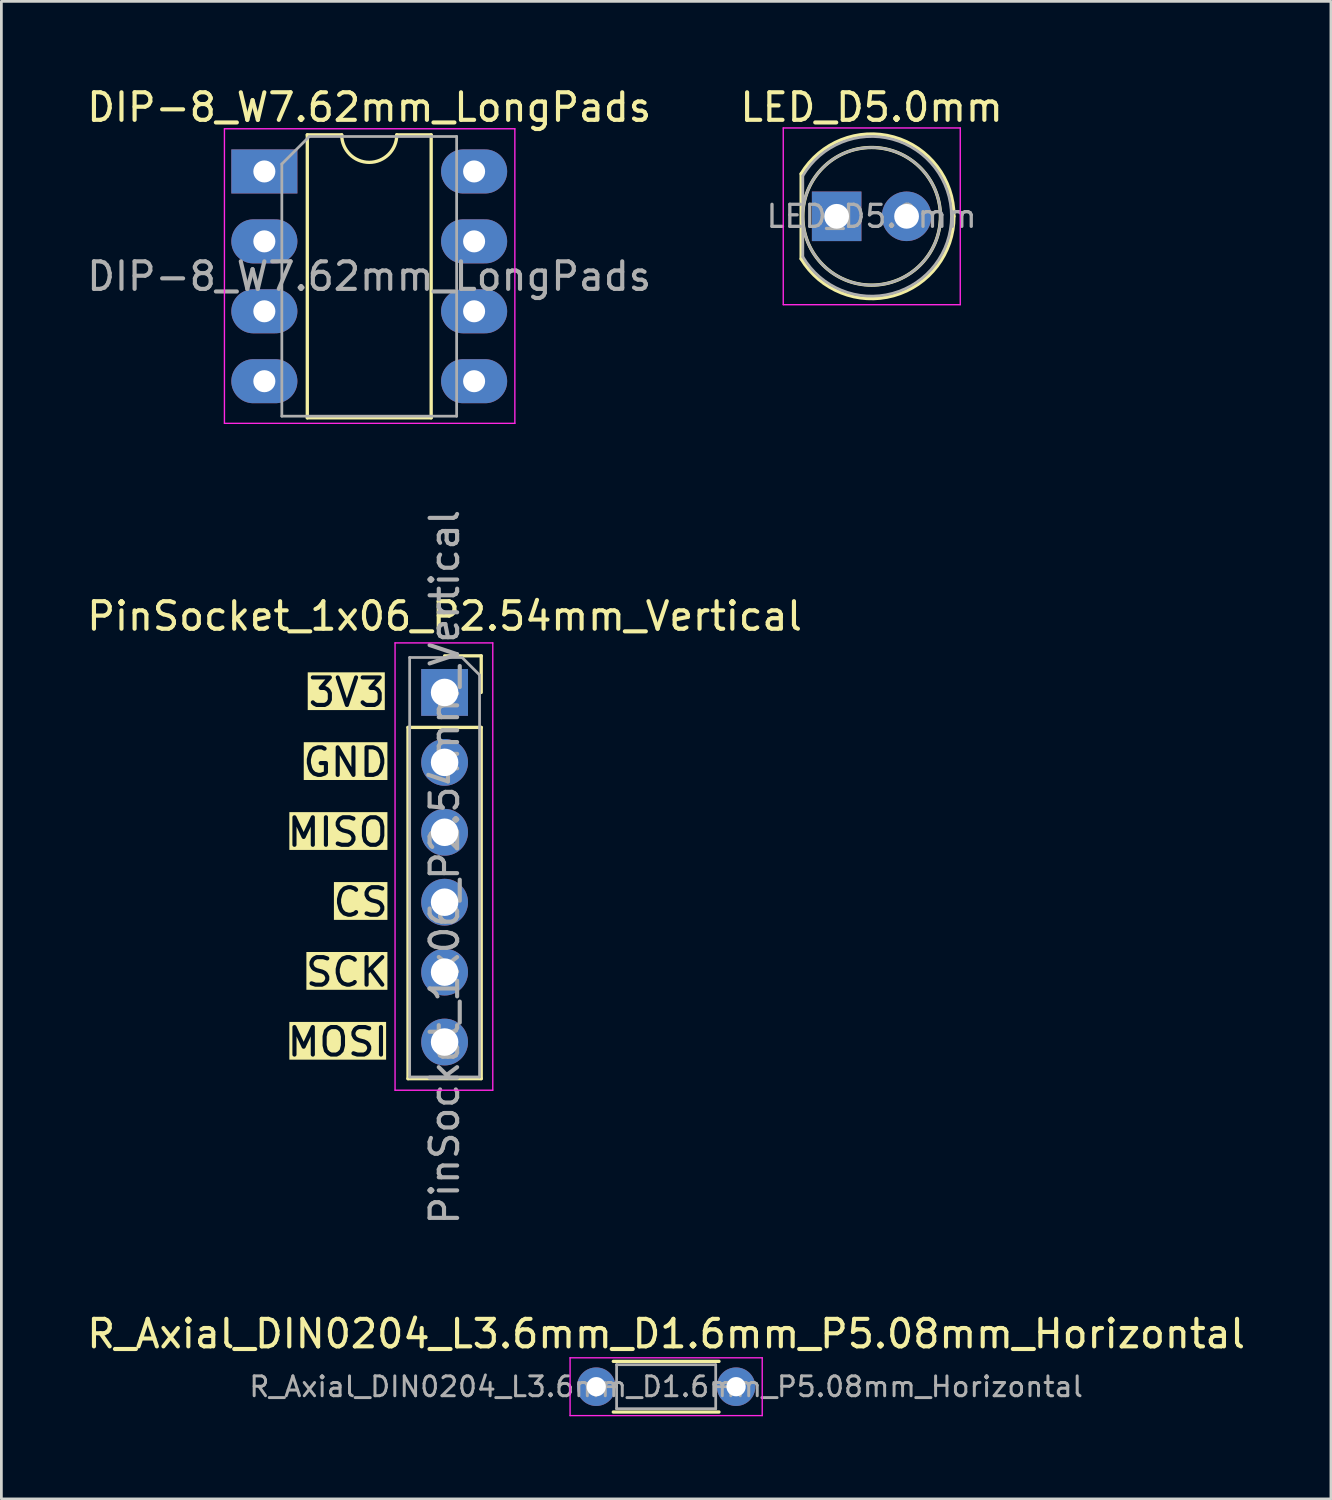
<source format=kicad_pcb>
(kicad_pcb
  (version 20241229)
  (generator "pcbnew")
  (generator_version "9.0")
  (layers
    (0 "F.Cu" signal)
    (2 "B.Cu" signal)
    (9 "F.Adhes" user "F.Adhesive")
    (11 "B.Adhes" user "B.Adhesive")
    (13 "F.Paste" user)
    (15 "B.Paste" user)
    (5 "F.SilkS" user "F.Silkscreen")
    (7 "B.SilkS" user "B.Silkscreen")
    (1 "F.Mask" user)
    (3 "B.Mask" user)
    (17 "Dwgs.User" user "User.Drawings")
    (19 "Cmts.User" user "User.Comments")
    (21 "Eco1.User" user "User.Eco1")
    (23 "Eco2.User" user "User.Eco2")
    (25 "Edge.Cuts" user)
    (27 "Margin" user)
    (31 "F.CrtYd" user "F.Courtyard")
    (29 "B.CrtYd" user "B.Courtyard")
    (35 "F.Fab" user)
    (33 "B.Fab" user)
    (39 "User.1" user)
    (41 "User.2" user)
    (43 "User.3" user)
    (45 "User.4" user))
  (footprint "PinSocket_1x06_P2.54mm_Vertical"
    (layer "F.Cu")
    (at 13.101 22.104)
    (property "Reference" "PinSocket_1x06_P2.54mm_Vertical" (at 0 -2.77 0) (layer "F.SilkS") (effects (font (size 1 1) (thickness 0.15))))
    (property "Field5" "SCK" (at -5.124 10.16 0) (unlocked yes) (layer "F.SilkS" knockout) (effects (font (size 1 1) (thickness 0.15)) (justify left)))
    (property "Field6" "CS" (at -4.124 7.62 0) (unlocked yes) (layer "F.SilkS" knockout) (effects (font (size 1 1) (thickness 0.15)) (justify left)))
    (property "Field7" "MISO" (at -5.791 5.08 0) (unlocked yes) (layer "F.SilkS" knockout) (effects (font (size 1 1) (thickness 0.15)) (justify left)))
    (property "Field9" "3V3" (at -5.029 0 0) (unlocked yes) (layer "F.SilkS" knockout) (effects (font (size 1 1) (thickness 0.15)) (justify left)))
    (property "Field8" "GND" (at -5.22 2.54 0) (unlocked yes) (layer "F.SilkS" knockout) (effects (font (size 1 1) (thickness 0.15)) (justify left)))
    (property "Field4" "MOSI" (at -5.791 12.7 0) (unlocked yes) (layer "F.SilkS" knockout) (effects (font (size 1 1) (thickness 0.15)) (justify left)))
    (attr through_hole)
    (fp_line (start -1.33 1.27) (end -1.33 14.03) (stroke (width 0.12) (type solid)) (layer "F.SilkS"))
    (fp_line (start -1.33 1.27) (end 1.33 1.27) (stroke (width 0.12) (type solid)) (layer "F.SilkS"))
    (fp_line (start -1.33 14.03) (end 1.33 14.03) (stroke (width 0.12) (type solid)) (layer "F.SilkS"))
    (fp_line (start 0 -1.33) (end 1.33 -1.33) (stroke (width 0.12) (type solid)) (layer "F.SilkS"))
    (fp_line (start 1.33 -1.33) (end 1.33 0) (stroke (width 0.12) (type solid)) (layer "F.SilkS"))
    (fp_line (start 1.33 1.27) (end 1.33 14.03) (stroke (width 0.12) (type solid)) (layer "F.SilkS"))
    (fp_line (start -1.8 -1.8) (end 1.75 -1.8) (stroke (width 0.05) (type solid)) (layer "F.CrtYd"))
    (fp_line (start -1.8 14.45) (end -1.8 -1.8) (stroke (width 0.05) (type solid)) (layer "F.CrtYd"))
    (fp_line (start 1.75 -1.8) (end 1.75 14.45) (stroke (width 0.05) (type solid)) (layer "F.CrtYd"))
    (fp_line (start 1.75 14.45) (end -1.8 14.45) (stroke (width 0.05) (type solid)) (layer "F.CrtYd"))
    (fp_line (start -1.27 -1.27) (end 0.635 -1.27) (stroke (width 0.1) (type solid)) (layer "F.Fab"))
    (fp_line (start -1.27 13.97) (end -1.27 -1.27) (stroke (width 0.1) (type solid)) (layer "F.Fab"))
    (fp_line (start 0.635 -1.27) (end 1.27 -0.635) (stroke (width 0.1) (type solid)) (layer "F.Fab"))
    (fp_line (start 1.27 -0.635) (end 1.27 13.97) (stroke (width 0.1) (type solid)) (layer "F.Fab"))
    (fp_line (start 1.27 13.97) (end -1.27 13.97) (stroke (width 0.1) (type solid)) (layer "F.Fab"))
    (fp_text user "${REFERENCE}" (at 0 6.35 270) (layer "F.Fab") (effects (font (size 1 1) (thickness 0.15))))
    (pad "1" thru_hole rect (at 0 0) (size 1.7 1.7) (drill 1) (layers "*.Cu" "*.Mask"))
    (pad "2" thru_hole oval (at 0 2.54) (size 1.7 1.7) (drill 1) (layers "*.Cu" "*.Mask"))
    (pad "3" thru_hole oval (at 0 5.08) (size 1.7 1.7) (drill 1) (layers "*.Cu" "*.Mask"))
    (pad "4" thru_hole oval (at 0 7.62) (size 1.7 1.7) (drill 1) (layers "*.Cu" "*.Mask"))
    (pad "5" thru_hole oval (at 0 10.16) (size 1.7 1.7) (drill 1) (layers "*.Cu" "*.Mask"))
    (pad "6" thru_hole oval (at 0 12.7) (size 1.7 1.7) (drill 1) (layers "*.Cu" "*.Mask")))
  (footprint "R_Axial_DIN0204_L3.6mm_D1.6mm_P5.08mm_Horizontal"
    (layer "F.Cu")
    (at 18.609 47.324)
    (property "Reference" "R_Axial_DIN0204_L3.6mm_D1.6mm_P5.08mm_Horizontal" (at 2.54 -1.92 0) (layer "F.SilkS") (effects (font (size 1 1) (thickness 0.15))))
    (attr through_hole)
    (fp_line (start 0.62 -0.92) (end 4.46 -0.92) (stroke (width 0.12) (type solid)) (layer "F.SilkS"))
    (fp_line (start 0.62 0.92) (end 4.46 0.92) (stroke (width 0.12) (type solid)) (layer "F.SilkS"))
    (fp_line (start -0.95 -1.05) (end -0.95 1.05) (stroke (width 0.05) (type solid)) (layer "F.CrtYd"))
    (fp_line (start -0.95 1.05) (end 6.03 1.05) (stroke (width 0.05) (type solid)) (layer "F.CrtYd"))
    (fp_line (start 6.03 -1.05) (end -0.95 -1.05) (stroke (width 0.05) (type solid)) (layer "F.CrtYd"))
    (fp_line (start 6.03 1.05) (end 6.03 -1.05) (stroke (width 0.05) (type solid)) (layer "F.CrtYd"))
    (fp_line (start 0 0) (end 0.74 0) (stroke (width 0.1) (type solid)) (layer "F.Fab"))
    (fp_line (start 0.74 -0.8) (end 0.74 0.8) (stroke (width 0.1) (type solid)) (layer "F.Fab"))
    (fp_line (start 0.74 0.8) (end 4.34 0.8) (stroke (width 0.1) (type solid)) (layer "F.Fab"))
    (fp_line (start 4.34 -0.8) (end 0.74 -0.8) (stroke (width 0.1) (type solid)) (layer "F.Fab"))
    (fp_line (start 4.34 0.8) (end 4.34 -0.8) (stroke (width 0.1) (type solid)) (layer "F.Fab"))
    (fp_line (start 5.08 0) (end 4.34 0) (stroke (width 0.1) (type solid)) (layer "F.Fab"))
    (fp_text user "${REFERENCE}" (at 2.54 0 0) (layer "F.Fab") (effects (font (size 0.72 0.72) (thickness 0.108))))
    (pad "1" thru_hole circle (at 0 0) (size 1.4 1.4) (drill 0.7) (layers "*.Cu" "*.Mask"))
    (pad "2" thru_hole oval (at 5.08 0) (size 1.4 1.4) (drill 0.7) (layers "*.Cu" "*.Mask")))
  (footprint "DIP-8_W7.62mm_LongPads"
    (layer "F.Cu")
    (at 6.553 3.178)
    (property "Reference" "DIP-8_W7.62mm_LongPads" (at 3.81 -2.33 0) (layer "F.SilkS") (effects (font (size 1 1) (thickness 0.15))))
    (attr through_hole)
    (fp_line (start 1.56 -1.33) (end 1.56 8.95) (stroke (width 0.12) (type solid)) (layer "F.SilkS"))
    (fp_line (start 1.56 8.95) (end 6.06 8.95) (stroke (width 0.12) (type solid)) (layer "F.SilkS"))
    (fp_line (start 2.81 -1.33) (end 1.56 -1.33) (stroke (width 0.12) (type solid)) (layer "F.SilkS"))
    (fp_line (start 6.06 -1.33) (end 4.81 -1.33) (stroke (width 0.12) (type solid)) (layer "F.SilkS"))
    (fp_line (start 6.06 8.95) (end 6.06 -1.33) (stroke (width 0.12) (type solid)) (layer "F.SilkS"))
    (fp_arc (start 4.81 -1.33) (mid 3.81 -0.33) (end 2.81 -1.33) (stroke (width 0.12) (type solid)) (layer "F.SilkS"))
    (fp_line (start -1.45 -1.55) (end -1.45 9.15) (stroke (width 0.05) (type solid)) (layer "F.CrtYd"))
    (fp_line (start -1.45 9.15) (end 9.1 9.15) (stroke (width 0.05) (type solid)) (layer "F.CrtYd"))
    (fp_line (start 9.1 -1.55) (end -1.45 -1.55) (stroke (width 0.05) (type solid)) (layer "F.CrtYd"))
    (fp_line (start 9.1 9.15) (end 9.1 -1.55) (stroke (width 0.05) (type solid)) (layer "F.CrtYd"))
    (fp_line (start 0.635 -0.27) (end 1.635 -1.27) (stroke (width 0.1) (type solid)) (layer "F.Fab"))
    (fp_line (start 0.635 8.89) (end 0.635 -0.27) (stroke (width 0.1) (type solid)) (layer "F.Fab"))
    (fp_line (start 1.635 -1.27) (end 6.985 -1.27) (stroke (width 0.1) (type solid)) (layer "F.Fab"))
    (fp_line (start 6.985 -1.27) (end 6.985 8.89) (stroke (width 0.1) (type solid)) (layer "F.Fab"))
    (fp_line (start 6.985 8.89) (end 0.635 8.89) (stroke (width 0.1) (type solid)) (layer "F.Fab"))
    (fp_text user "${REFERENCE}" (at 3.81 3.81 0) (layer "F.Fab") (effects (font (size 1 1) (thickness 0.15))))
    (pad "1" thru_hole rect (at 0 0) (size 2.4 1.6) (drill 0.8) (layers "*.Cu" "*.Mask"))
    (pad "2" thru_hole oval (at 0 2.54) (size 2.4 1.6) (drill 0.8) (layers "*.Cu" "*.Mask"))
    (pad "3" thru_hole oval (at 0 5.08) (size 2.4 1.6) (drill 0.8) (layers "*.Cu" "*.Mask"))
    (pad "4" thru_hole oval (at 0 7.62) (size 2.4 1.6) (drill 0.8) (layers "*.Cu" "*.Mask"))
    (pad "5" thru_hole oval (at 7.62 7.62) (size 2.4 1.6) (drill 0.8) (layers "*.Cu" "*.Mask"))
    (pad "6" thru_hole oval (at 7.62 5.08) (size 2.4 1.6) (drill 0.8) (layers "*.Cu" "*.Mask"))
    (pad "7" thru_hole oval (at 7.62 2.54) (size 2.4 1.6) (drill 0.8) (layers "*.Cu" "*.Mask"))
    (pad "8" thru_hole oval (at 7.62 0) (size 2.4 1.6) (drill 0.8) (layers "*.Cu" "*.Mask")))
  (footprint "LED_D5.0mm"
    (layer "F.Cu")
    (at 27.343 4.808)
    (property "Reference" "LED_D5.0mm" (at 1.27 -3.96 0) (layer "F.SilkS") (effects (font (size 1 1) (thickness 0.15))))
    (attr through_hole)
    (fp_line (start -1.29 -1.545) (end -1.29 1.545) (stroke (width 0.12) (type solid)) (layer "F.SilkS"))
    (fp_arc (start -1.29 -1.54483) (mid 2.071756 -2.880501) (end 4.26 -0.000048) (stroke (width 0.12) (type solid)) (layer "F.SilkS"))
    (fp_arc (start 4.26 0.000048) (mid 2.071756 2.880501) (end -1.29 1.54483) (stroke (width 0.12) (type solid)) (layer "F.SilkS"))
    (fp_circle (center 1.27 0) (end 3.77 0) (stroke (width 0.12) (type solid)) (fill no) (layer "F.SilkS"))
    (fp_line (start -1.94 -3.21) (end -1.94 3.21) (stroke (width 0.05) (type solid)) (layer "F.CrtYd"))
    (fp_line (start -1.94 3.21) (end 4.49 3.21) (stroke (width 0.05) (type solid)) (layer "F.CrtYd"))
    (fp_line (start 4.49 -3.21) (end -1.94 -3.21) (stroke (width 0.05) (type solid)) (layer "F.CrtYd"))
    (fp_line (start 4.49 3.21) (end 4.49 -3.21) (stroke (width 0.05) (type solid)) (layer "F.CrtYd"))
    (fp_line (start -1.23 -1.47) (end -1.23 1.47) (stroke (width 0.1) (type solid)) (layer "F.Fab"))
    (fp_arc (start -1.23 -1.469694) (mid 4.17 -0.000045) (end -1.229954 1.469772) (stroke (width 0.1) (type solid)) (layer "F.Fab"))
    (fp_circle (center 1.27 0) (end 3.77 0) (stroke (width 0.1) (type solid)) (fill no) (layer "F.Fab"))
    (fp_text user "${REFERENCE}" (at 1.27 0 0) (layer "F.Fab") (effects (font (size 0.8 0.8) (thickness 0.12))))
    (pad "1" thru_hole rect (at 0 0) (size 1.8 1.8) (drill 0.9) (layers "*.Cu" "*.Mask"))
    (pad "2" thru_hole circle (at 2.54 0) (size 1.8 1.8) (drill 0.9) (layers "*.Cu" "*.Mask")))
  (gr_rect
    (start -3 -3)
    (end 45.298 51.399)
    (stroke (width 0.1) (type default))
    (fill no)
    (layer "Edge.Cuts")))
</source>
